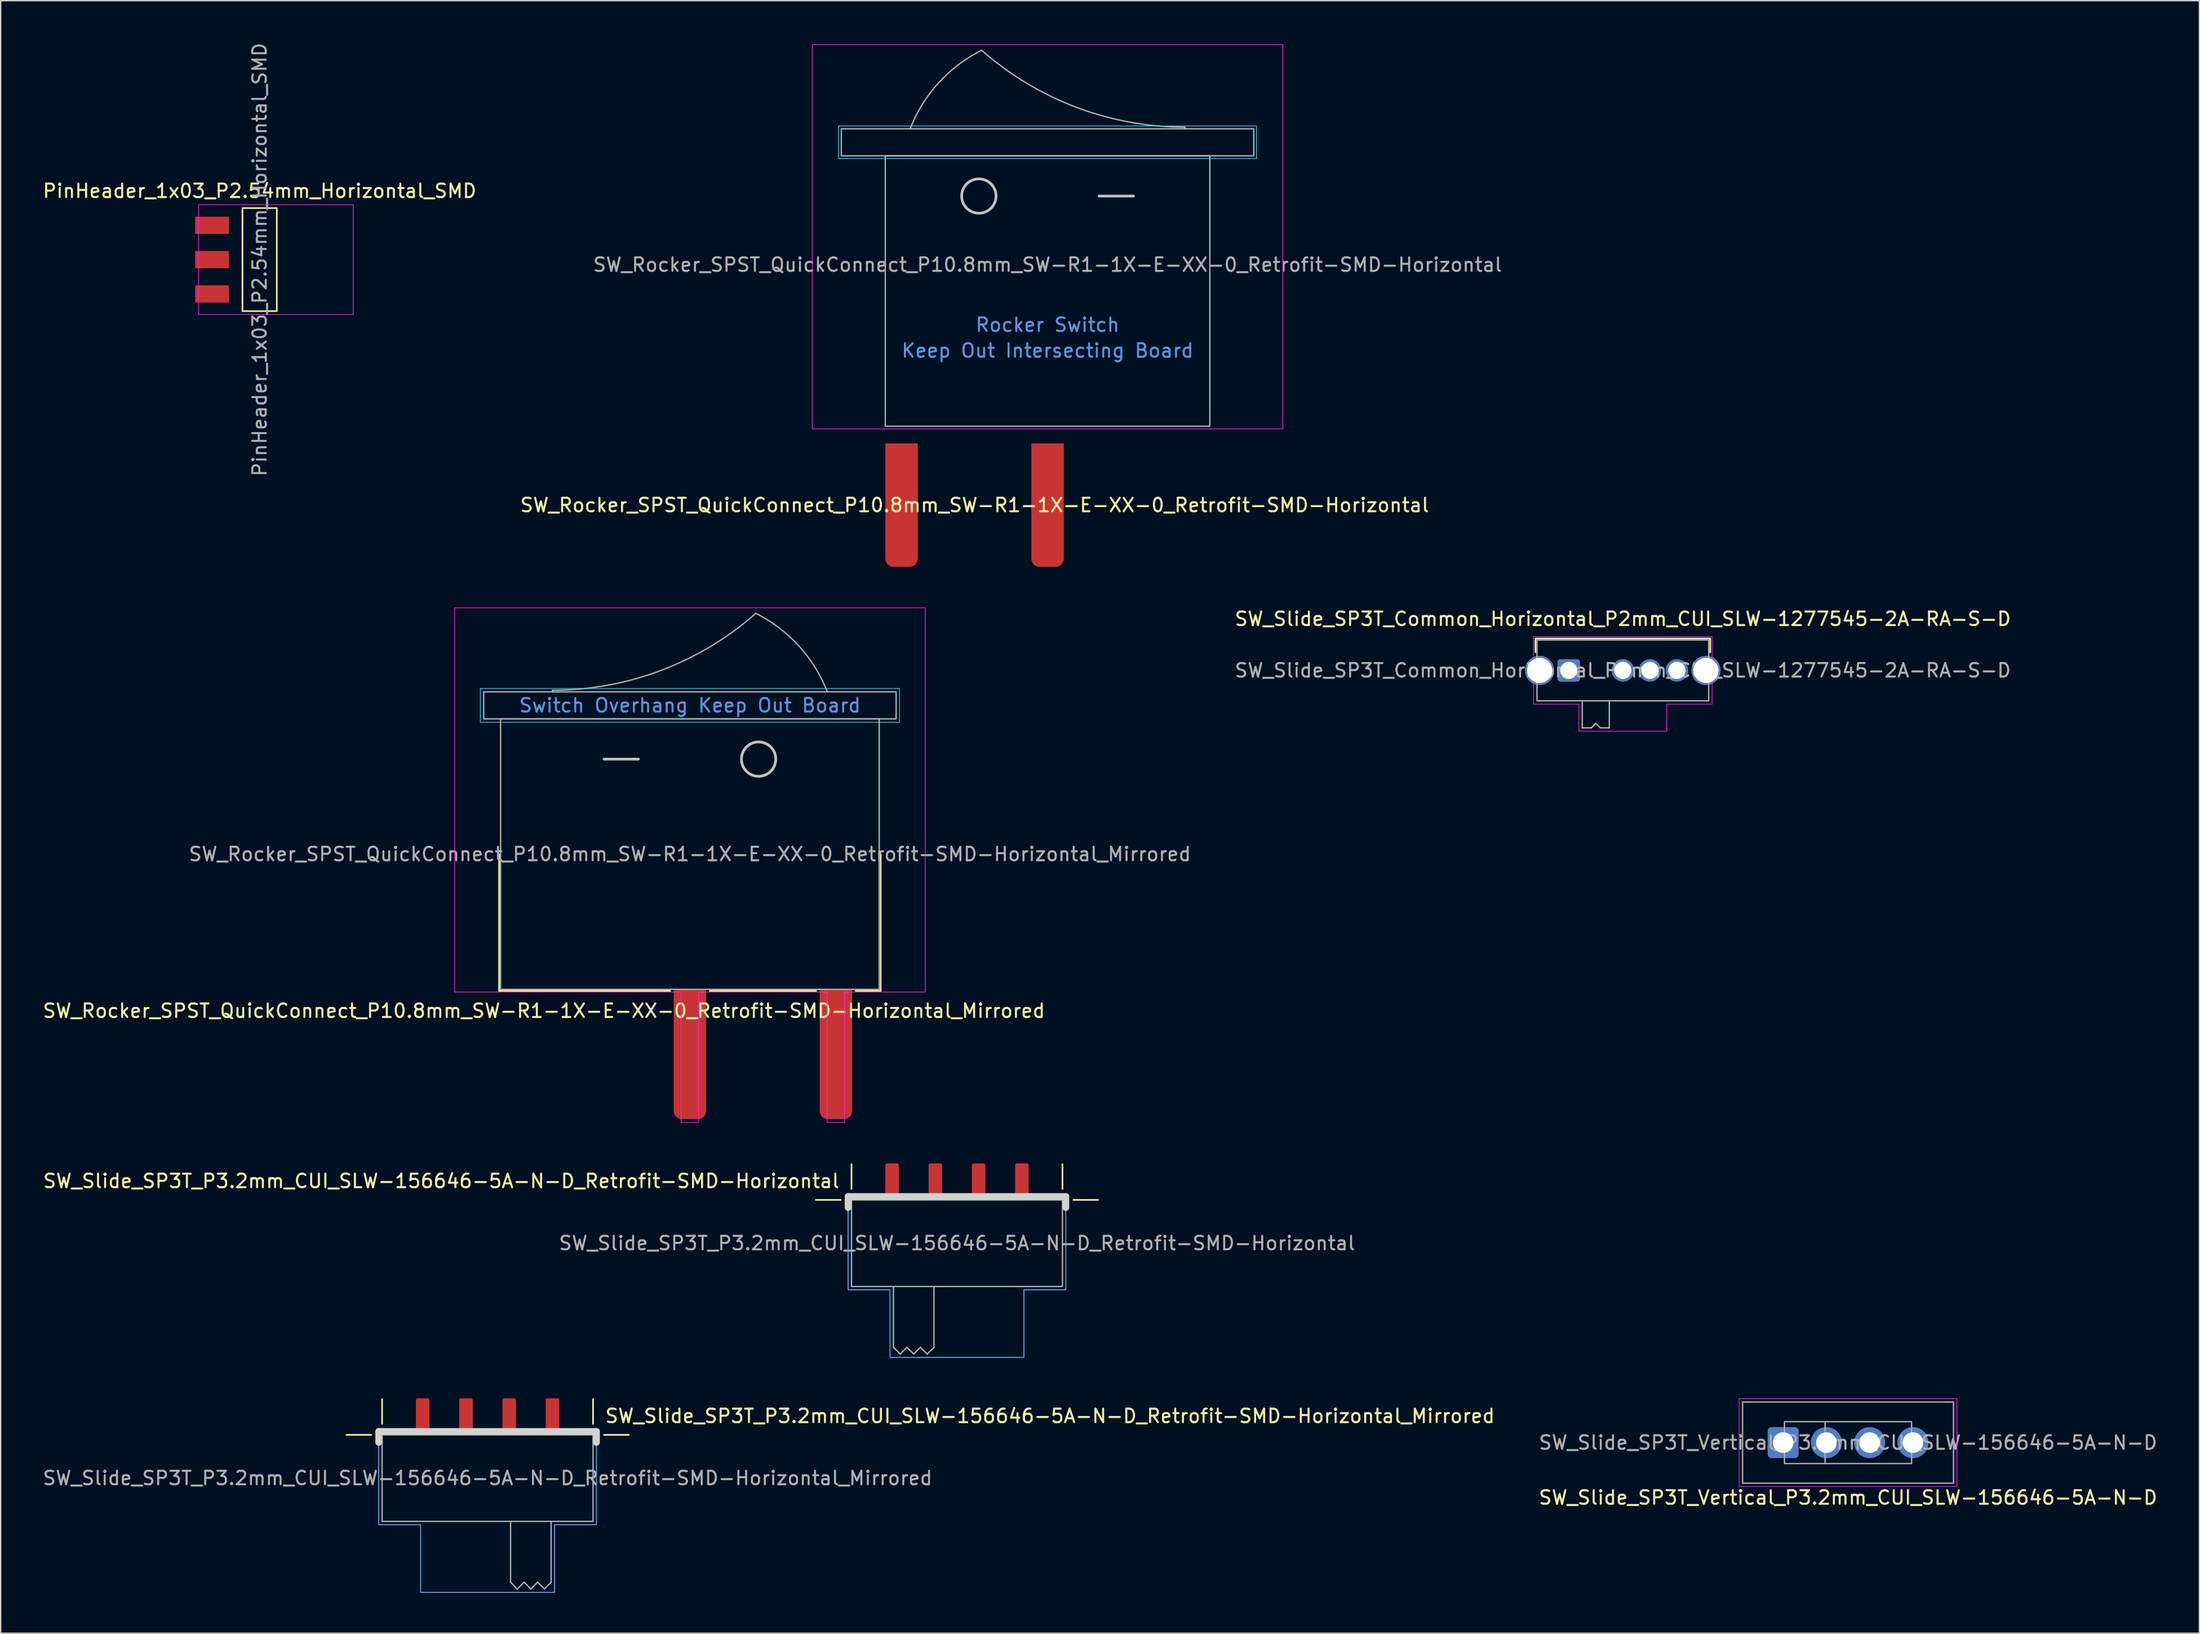
<source format=kicad_pcb>
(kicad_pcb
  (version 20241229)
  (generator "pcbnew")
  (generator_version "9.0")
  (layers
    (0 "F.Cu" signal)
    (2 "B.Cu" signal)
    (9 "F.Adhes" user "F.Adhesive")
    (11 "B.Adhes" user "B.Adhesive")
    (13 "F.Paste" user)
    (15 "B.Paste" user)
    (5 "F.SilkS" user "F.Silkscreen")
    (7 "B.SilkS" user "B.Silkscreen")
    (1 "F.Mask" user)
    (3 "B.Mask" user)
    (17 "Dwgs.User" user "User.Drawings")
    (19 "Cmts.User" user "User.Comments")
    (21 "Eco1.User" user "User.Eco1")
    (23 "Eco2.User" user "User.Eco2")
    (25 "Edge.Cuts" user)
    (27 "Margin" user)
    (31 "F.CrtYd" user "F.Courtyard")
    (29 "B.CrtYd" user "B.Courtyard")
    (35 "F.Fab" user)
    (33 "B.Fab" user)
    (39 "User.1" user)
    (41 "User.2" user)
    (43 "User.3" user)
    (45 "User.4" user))
  (footprint "SW_Slide_SP3T_Vertical_P3.2mm_CUI_SLW-156646-5A-N-D"
    (layer "F.Cu")
    (at 133.61 103.644)
    (property "Reference" "SW_Slide_SP3T_Vertical_P3.2mm_CUI_SLW-156646-5A-N-D" (at 0 4.064 0) (unlocked yes) (layer "F.SilkS") (effects (font (size 1 1) (thickness 0.15))))
    (attr through_hole)
    (fp_rect (start -8.05 -3.25) (end 8.05 3.25) (stroke (width 0.05) (type default)) (fill no) (layer "F.CrtYd"))
    (fp_line (start -1.7 -1.55) (end -1.7 1.55) (stroke (width 0.1) (type default)) (layer "F.Fab"))
    (fp_rect (start -7.8 -3) (end 7.8 3) (stroke (width 0.1) (type default)) (fill no) (layer "F.Fab"))
    (fp_rect (start -4.7 -1.55) (end 4.7 1.55) (stroke (width 0.1) (type default)) (fill no) (layer "F.Fab"))
    (fp_text user "${REFERENCE}" (at 0 0 0) (unlocked yes) (layer "F.Fab") (effects (font (size 1 1) (thickness 0.15))))
    (pad "1" thru_hole roundrect (at -4.8 0) (size 2.286 2.286) (drill 1.524) (layers "*.Cu" "*.Mask") (roundrect_rratio 0.125))
    (pad "2" thru_hole circle (at -1.6 0) (size 2.286 2.286) (drill 1.524) (layers "*.Cu" "*.Mask"))
    (pad "3" thru_hole circle (at 1.6 0) (size 2.286 2.286) (drill 1.524) (layers "*.Cu" "*.Mask"))
    (pad "4" thru_hole circle (at 4.8 0) (size 2.286 2.286) (drill 1.524) (layers "*.Cu" "*.Mask")))
  (footprint "SW_Slide_SP3T_P3.2mm_CUI_SLW-156646-5A-N-D_Retrofit-SMD-Horizontal"
    (layer "F.Cu")
    (at 67.717 92.094)
    (property "Reference" "SW_Slide_SP3T_P3.2mm_CUI_SLW-156646-5A-N-D_Retrofit-SMD-Horizontal" (at -8.61 -7.21 0) (unlocked yes) (layer "F.SilkS") (effects (font (size 1 1) (thickness 0.15)) (justify right bottom)))
    (attr exclude_from_pos_files)
    (fp_line (start -8.61 -6.4) (end -10.44 -6.4) (stroke (width 0.12) (type default)) (layer "F.SilkS"))
    (fp_line (start -7.8 -7.21) (end -7.8 -9.04) (stroke (width 0.12) (type default)) (layer "F.SilkS"))
    (fp_line (start 7.8 -7.21) (end 7.8 -9.04) (stroke (width 0.12) (type default)) (layer "F.SilkS"))
    (fp_line (start 10.44 -6.4) (end 8.61 -6.4) (stroke (width 0.12) (type default)) (layer "F.SilkS"))
    (fp_line (start -8.05 -6.65) (end -8.05 -5.84) (stroke (width 0.5) (type default)) (layer "Edge.Cuts"))
    (fp_line (start -8.05 -6.65) (end 8.05 -6.65) (stroke (width 0.5) (type default)) (layer "Edge.Cuts"))
    (fp_line (start 8.05 -6.65) (end 8.05 -5.84) (stroke (width 0.5) (type default)) (layer "Edge.Cuts"))
    (fp_poly (pts (xy -8.05 -6.65) (xy 8.05 -6.65) (xy 8.05 0.25) (xy 4.95 0.25) (xy 4.95 5.25) (xy -4.95 5.25) (xy -4.95 0.25) (xy -8.05 0.25)) (stroke (width 0.05) (type solid)) (fill no) (layer "B.CrtYd"))
    (fp_poly (pts (xy -8.05 -6.65) (xy 8.05 -6.65) (xy 8.05 0.25) (xy 4.95 0.25) (xy 4.95 5.25) (xy -4.95 5.25) (xy -4.95 0.25) (xy -8.05 0.25)) (stroke (width 0.05) (type solid)) (fill no) (layer "F.CrtYd"))
    (fp_line (start -4.7 4.5) (end -4.7 0) (stroke (width 0.1) (type default)) (layer "F.Fab"))
    (fp_line (start -4.2 5) (end -4.7 4.5) (stroke (width 0.1) (type default)) (layer "F.Fab"))
    (fp_line (start -3.7 4.5) (end -4.2 5) (stroke (width 0.1) (type default)) (layer "F.Fab"))
    (fp_line (start -3.2 5) (end -3.7 4.5) (stroke (width 0.1) (type default)) (layer "F.Fab"))
    (fp_line (start -2.7 4.5) (end -3.2 5) (stroke (width 0.1) (type default)) (layer "F.Fab"))
    (fp_line (start -2.2 5) (end -2.7 4.5) (stroke (width 0.1) (type default)) (layer "F.Fab"))
    (fp_line (start -1.7 0) (end -1.7 4.5) (stroke (width 0.1) (type default)) (layer "F.Fab"))
    (fp_line (start -1.7 4.5) (end -2.2 5) (stroke (width 0.1) (type default)) (layer "F.Fab"))
    (fp_rect (start -7.8 -6.4) (end 7.8 0) (stroke (width 0.1) (type default)) (fill no) (layer "F.Fab"))
    (fp_text user "${REFERENCE}" (at 0 -3.2 0) (unlocked yes) (layer "F.Fab") (effects (font (size 1 1) (thickness 0.15))))
    (pad "1" connect roundrect (at -4.8 -7.875) (size 1 2.45) (layers "F.Cu" "F.Mask") (roundrect_rratio 0.125) (chamfer_ratio 0) (chamfer bottom_left bottom_right))
    (pad "2" connect roundrect (at -1.6 -7.875) (size 1 2.45) (layers "F.Cu" "F.Mask") (roundrect_rratio 0.125) (chamfer_ratio 0) (chamfer bottom_left bottom_right))
    (pad "3" connect roundrect (at 1.6 -7.875) (size 1 2.45) (layers "F.Cu" "F.Mask") (roundrect_rratio 0.125) (chamfer_ratio 0) (chamfer bottom_left bottom_right))
    (pad "4" connect roundrect (at 4.8 -7.875) (size 1 2.45) (layers "F.Cu" "F.Mask") (roundrect_rratio 0.125) (chamfer_ratio 0) (chamfer bottom_left bottom_right)))
  (footprint "SW_Slide_SP3T_Common_Horizontal_P2mm_CUI_SLW-1277545-2A-RA-S-D"
    (layer "F.Cu")
    (at 112.956 46.532)
    (property "Reference" "SW_Slide_SP3T_Common_Horizontal_P2mm_CUI_SLW-1277545-2A-RA-S-D" (at 4 -3.81 0) (unlocked yes) (layer "F.SilkS") (effects (font (size 1 1) (thickness 0.15))))
    (attr through_hole)
    (fp_line (start -2.46 -2.36) (end -2.46 -1.337) (stroke (width 0.12) (type default)) (layer "F.SilkS"))
    (fp_line (start -2.46 -2.36) (end 10.46 -2.36) (stroke (width 0.12) (type default)) (layer "F.SilkS"))
    (fp_line (start 10.46 -2.36) (end 10.46 -1.337) (stroke (width 0.12) (type default)) (layer "F.SilkS"))
    (fp_poly (pts (xy -2.6 -2.5) (xy 10.6 -2.5) (xy 10.6 2.5) (xy 7.25 2.5) (xy 7.25 4.5) (xy 0.75 4.5) (xy 0.75 2.5) (xy -2.6 2.5)) (stroke (width 0.05) (type solid)) (fill no) (layer "F.CrtYd"))
    (fp_line (start 1 4.25) (end 1 2.25) (stroke (width 0.1) (type default)) (layer "F.Fab"))
    (fp_line (start 1.667 4.25) (end 1 4.25) (stroke (width 0.1) (type default)) (layer "F.Fab"))
    (fp_line (start 1.667 4.25) (end 2 3.917) (stroke (width 0.1) (type default)) (layer "F.Fab"))
    (fp_line (start 2 3.917) (end 2.333 4.25) (stroke (width 0.1) (type default)) (layer "F.Fab"))
    (fp_line (start 3 2.25) (end 3 4.25) (stroke (width 0.1) (type default)) (layer "F.Fab"))
    (fp_line (start 3 4.25) (end 2.333 4.25) (stroke (width 0.1) (type default)) (layer "F.Fab"))
    (fp_rect (start -2.35 -2.25) (end 10.35 2.25) (stroke (width 0.1) (type default)) (fill no) (layer "F.Fab"))
    (fp_text user "${REFERENCE}" (at 4 0 0) (unlocked yes) (layer "F.Fab") (effects (font (size 1 1) (thickness 0.15))))
    (pad "" thru_hole circle (at -2.15 0) (size 2.155 2.155) (drill 1.855) (layers "*.Cu" "*.Mask"))
    (pad "" thru_hole circle (at 10.15 0) (size 2.155 2.155) (drill 1.855) (layers "*.Cu" "*.Mask"))
    (pad "1" thru_hole roundrect (at 0 0) (size 1.651 1.651) (drill 1.27) (layers "*.Cu" "*.Mask") (roundrect_rratio 0.125))
    (pad "2" thru_hole circle (at 4 0) (size 1.651 1.651) (drill 1.27) (layers "*.Cu" "*.Mask"))
    (pad "3" thru_hole circle (at 6 0) (size 1.651 1.651) (drill 1.27) (layers "*.Cu" "*.Mask"))
    (pad "4" thru_hole circle (at 8 0) (size 1.651 1.651) (drill 1.27) (layers "*.Cu" "*.Mask")))
  (footprint "SW_Rocker_SPST_QuickConnect_P10.8mm_SW-R1-1X-E-XX-0_Retrofit-SMD-Horizontal_Mirrored"
    (layer "F.Cu")
    (at 47.968 50.119)
    (property "Reference" "SW_Rocker_SPST_QuickConnect_P10.8mm_SW-R1-1X-E-XX-0_Retrofit-SMD-Horizontal_Mirrored" (at -10.795 21.59 0) (unlocked yes) (layer "F.SilkS") (effects (font (size 1 1) (thickness 0.15))))
    (attr exclude_from_pos_files)
    (fp_line (start -14.11 10) (end -14.11 20.11) (stroke (width 0.12) (type default)) (layer "F.SilkS"))
    (fp_line (start -1.46 20.11) (end -14.11 20.11) (stroke (width 0.12) (type default)) (layer "F.SilkS"))
    (fp_line (start 9.335 20.11) (end 1.46 20.11) (stroke (width 0.12) (type default)) (layer "F.SilkS"))
    (fp_line (start 14.11 10) (end 14.11 20.11) (stroke (width 0.12) (type default)) (layer "F.SilkS"))
    (fp_line (start 14.11 20.11) (end 12.255 20.11) (stroke (width 0.12) (type default)) (layer "F.SilkS"))
    (fp_line (start -6.35 2.975) (end -3.81 2.975) (stroke (width 0.2) (type default)) (layer "Dwgs.User"))
    (fp_circle (center 5.08 2.975) (end 3.81 2.975) (stroke (width 0.2) (type default)) (fill no) (layer "Dwgs.User"))
    (fp_rect (start 15.5 -2.25) (end -15.5 0.25) (stroke (width 0.05) (type default)) (fill no) (layer "B.CrtYd"))
    (fp_poly (pts (xy 17.399 -8.22) (xy -17.399 -8.22) (xy -17.399 20.2) (xy -0.65 20.2) (xy -0.65 29.85) (xy 0.65 29.85) (xy 0.65 20.2) (xy 10.145 20.2) (xy 10.145 29.85) (xy 11.445 29.85) (xy 11.445 20.2) (xy 17.399 20.2)) (stroke (width 0.05) (type solid)) (fill no) (layer "F.CrtYd"))
    (fp_line (start -10.16 -2.12) (end -10.16 -2) (stroke (width 0.1) (type default)) (layer "F.Fab"))
    (fp_rect (start 14 0) (end -14 20) (stroke (width 0.1) (type default)) (fill no) (layer "F.Fab"))
    (fp_rect (start 15.25 -2) (end -15.25 0) (stroke (width 0.1) (type default)) (fill no) (layer "F.Fab"))
    (fp_arc (start 4.87338 -7.80676) (mid 8.05793 -5.396139) (end 10.159998 -2) (stroke (width 0.1) (type default)) (layer "F.Fab"))
    (fp_arc (start 4.873381 -7.806759) (mid -2.124105 -3.590774) (end -10.16 -2.119809) (stroke (width 0.1) (type default)) (layer "F.Fab"))
    (fp_text user "Switch Overhang Keep Out Board" (at 0 -1 0) (unlocked yes) (layer "Cmts.User") (effects (font (size 1 1) (thickness 0.15))))
    (fp_text user "${REFERENCE}" (at 0 10 0) (unlocked yes) (layer "F.Fab") (effects (font (size 1 1) (thickness 0.15))))
    (pad "1" connect roundrect (at 10.795 20) (size 2.4 9.6) (drill (offset 0 4.8)) (layers "F.Cu" "F.Mask") (roundrect_rratio 0.25) (chamfer_ratio 0) (chamfer top_left top_right))
    (pad "2" connect roundrect (at 0 20) (size 2.4 9.6) (drill (offset 0 4.8)) (layers "F.Cu" "F.Mask") (roundrect_rratio 0.25) (chamfer_ratio 0) (chamfer top_left top_right))
    (zone (net_name "") (layer "Edge.Cuts") (name "Switch Overhang Keep Out Board") (hatch edge 0.5) (connect_pads) (min_thickness 0.25) (filled_areas_thickness no) (keepout (tracks not_allowed) (vias not_allowed) (pads not_allowed) (copperpour not_allowed) (footprints not_allowed)) (placement (enabled no)) (fill) (polygon (pts (xy 63.661 50.563) (xy 32.274 50.563) (xy 32.274 47.675) (xy 63.661 47.675)))))
  (footprint "SW_Slide_SP3T_P3.2mm_CUI_SLW-156646-5A-N-D_Retrofit-SMD-Horizontal_Mirrored"
    (layer "F.Cu")
    (at 33.006 109.469)
    (property "Reference" "SW_Slide_SP3T_P3.2mm_CUI_SLW-156646-5A-N-D_Retrofit-SMD-Horizontal_Mirrored" (at 8.61 -7.21 0) (unlocked yes) (layer "F.SilkS") (effects (font (size 1 1) (thickness 0.15)) (justify left bottom)))
    (attr exclude_from_pos_files)
    (fp_line (start -10.44 -6.4) (end -8.61 -6.4) (stroke (width 0.12) (type default)) (layer "F.SilkS"))
    (fp_line (start -7.8 -7.21) (end -7.8 -9.04) (stroke (width 0.12) (type default)) (layer "F.SilkS"))
    (fp_line (start 7.8 -7.21) (end 7.8 -9.04) (stroke (width 0.12) (type default)) (layer "F.SilkS"))
    (fp_line (start 8.61 -6.4) (end 10.44 -6.4) (stroke (width 0.12) (type default)) (layer "F.SilkS"))
    (fp_line (start -8.05 -6.65) (end -8.05 -5.84) (stroke (width 0.5) (type default)) (layer "Edge.Cuts"))
    (fp_line (start 8.05 -6.65) (end -8.05 -6.65) (stroke (width 0.5) (type default)) (layer "Edge.Cuts"))
    (fp_line (start 8.05 -6.65) (end 8.05 -5.84) (stroke (width 0.5) (type default)) (layer "Edge.Cuts"))
    (fp_poly (pts (xy 8.05 -6.65) (xy -8.05 -6.65) (xy -8.05 0.25) (xy -4.95 0.25) (xy -4.95 5.25) (xy 4.95 5.25) (xy 4.95 0.25) (xy 8.05 0.25)) (stroke (width 0.05) (type solid)) (fill no) (layer "B.CrtYd"))
    (fp_poly (pts (xy 8.05 -6.65) (xy -8.05 -6.65) (xy -8.05 0.25) (xy -4.95 0.25) (xy -4.95 5.25) (xy 4.95 5.25) (xy 4.95 0.25) (xy 8.05 0.25)) (stroke (width 0.05) (type solid)) (fill no) (layer "F.CrtYd"))
    (fp_line (start 1.7 0) (end 1.7 4.5) (stroke (width 0.1) (type default)) (layer "F.Fab"))
    (fp_line (start 1.7 4.5) (end 2.2 5) (stroke (width 0.1) (type default)) (layer "F.Fab"))
    (fp_line (start 2.2 5) (end 2.7 4.5) (stroke (width 0.1) (type default)) (layer "F.Fab"))
    (fp_line (start 2.7 4.5) (end 3.2 5) (stroke (width 0.1) (type default)) (layer "F.Fab"))
    (fp_line (start 3.2 5) (end 3.7 4.5) (stroke (width 0.1) (type default)) (layer "F.Fab"))
    (fp_line (start 3.7 4.5) (end 4.2 5) (stroke (width 0.1) (type default)) (layer "F.Fab"))
    (fp_line (start 4.2 5) (end 4.7 4.5) (stroke (width 0.1) (type default)) (layer "F.Fab"))
    (fp_line (start 4.7 4.5) (end 4.7 0) (stroke (width 0.1) (type default)) (layer "F.Fab"))
    (fp_rect (start 7.8 -6.4) (end -7.8 0) (stroke (width 0.1) (type default)) (fill no) (layer "F.Fab"))
    (fp_text user "${REFERENCE}" (at 0 -3.2 0) (unlocked yes) (layer "F.Fab") (effects (font (size 1 1) (thickness 0.15))))
    (pad "1" smd roundrect (at 4.8 -6.4) (size 1 2.45) (drill (offset 0 -1.475)) (layers "F.Cu" "F.Mask") (roundrect_rratio 0.125) (chamfer_ratio 0) (chamfer bottom_left bottom_right))
    (pad "2" smd roundrect (at 1.6 -6.4) (size 1 2.45) (drill (offset 0 -1.475)) (layers "F.Cu" "F.Mask") (roundrect_rratio 0.125) (chamfer_ratio 0) (chamfer bottom_left bottom_right))
    (pad "3" smd roundrect (at -1.6 -6.4) (size 1 2.45) (drill (offset 0 -1.475)) (layers "F.Cu" "F.Mask") (roundrect_rratio 0.125) (chamfer_ratio 0) (chamfer bottom_left bottom_right))
    (pad "4" smd roundrect (at -4.8 -6.4) (size 1 2.45) (drill (offset 0 -1.475)) (layers "F.Cu" "F.Mask") (roundrect_rratio 0.125) (chamfer_ratio 0) (chamfer bottom_left bottom_right)))
  (footprint "PinHeader_1x03_P2.54mm_Horizontal_SMD"
    (layer "F.Cu")
    (at 16.149 16.149)
    (property "Reference" "PinHeader_1x03_P2.54mm_Horizontal_SMD" (at 0 -5.08 0) (unlocked yes) (layer "F.SilkS") (effects (font (size 1 1) (thickness 0.15))))
    (attr smd)
    (fp_rect (start -1.27 -3.81) (end 1.27 3.81) (stroke (width 0.12) (type default)) (fill no) (layer "F.SilkS"))
    (fp_rect (start -4.52 -4.06) (end 6.92 4.06) (stroke (width 0.05) (type default)) (fill no) (layer "F.CrtYd"))
    (fp_text user "${REFERENCE}" (at 0 0 90) (unlocked yes) (layer "F.Fab") (effects (font (size 1 1) (thickness 0.15))))
    (pad "1" smd rect (at -3.52 -2.54) (size 2.5 1.27) (layers "F.Cu" "F.Mask" "F.Paste"))
    (pad "2" smd rect (at -3.52 0) (size 2.5 1.27) (layers "F.Cu" "F.Mask" "F.Paste"))
    (pad "3" smd rect (at -3.52 2.54) (size 2.5 1.27) (layers "F.Cu" "F.Mask" "F.Paste")))
  (footprint "SW_Rocker_SPST_QuickConnect_P10.8mm_SW-R1-1X-E-XX-0_Retrofit-SMD-Horizontal"
    (layer "F.Cu")
    (at 74.415 34.309)
    (property "Reference" "SW_Rocker_SPST_QuickConnect_P10.8mm_SW-R1-1X-E-XX-0_Retrofit-SMD-Horizontal" (at -5.397 0 0) (unlocked yes) (layer "F.SilkS") (effects (font (size 1 1) (thickness 0.15))))
    (attr exclude_from_pos_files)
    (fp_line (start 6.35 -22.86) (end 3.81 -22.86) (stroke (width 0.2) (type default)) (layer "Dwgs.User"))
    (fp_circle (center -5.08 -22.86) (end -3.81 -22.86) (stroke (width 0.2) (type default)) (fill no) (layer "Dwgs.User"))
    (fp_rect (start -15.45 -28.04) (end 15.45 -25.63) (stroke (width 0.05) (type default)) (fill no) (layer "B.CrtYd"))
    (fp_rect (start -17.399 -34.055) (end 17.399 -5.635) (stroke (width 0.05) (type default)) (fill no) (layer "F.CrtYd"))
    (fp_line (start 10.16 -27.955) (end 10.16 -27.835) (stroke (width 0.1) (type default)) (layer "F.Fab"))
    (fp_rect (start -15.25 -27.835) (end 15.25 -25.835) (stroke (width 0.1) (type default)) (fill no) (layer "F.Fab"))
    (fp_rect (start -12 -25.835) (end 12 -5.835) (stroke (width 0.1) (type default)) (fill no) (layer "F.Fab"))
    (fp_arc (start -10.159998 -27.835) (mid -8.05793 -31.231139) (end -4.87338 -33.64176) (stroke (width 0.1) (type default)) (layer "F.Fab"))
    (fp_arc (start 10.16 -27.954809) (mid 2.124105 -29.425774) (end -4.873381 -33.641759) (stroke (width 0.1) (type default)) (layer "F.Fab"))
    (fp_text user "Rocker Switch" (at 0 -13.335 0) (unlocked yes) (layer "Cmts.User") (effects (font (size 1 1) (thickness 0.15))))
    (fp_text user "Keep Out Intersecting Board" (at 0 -11.43 0) (unlocked yes) (layer "Cmts.User") (effects (font (size 1 1) (thickness 0.15))))
    (fp_text user "${REFERENCE}" (at 0 -17.78 0) (unlocked yes) (layer "F.Fab") (effects (font (size 1 1) (thickness 0.15))))
    (pad "1" smd roundrect (at -10.795 0) (size 2.4 9.13) (layers "F.Cu" "F.Mask") (roundrect_rratio 0.25) (chamfer_ratio 0) (chamfer top_left top_right))
    (pad "2" smd roundrect (at 0 0) (size 2.4 9.13) (layers "F.Cu" "F.Mask") (roundrect_rratio 0.25) (chamfer_ratio 0) (chamfer top_left top_right))
    (zone (net_name "") (layer "Edge.Cuts") (name "Rocker Switch Keep Out") (hatch edge 0.25) (connect_pads) (min_thickness 0.25) (filled_areas_thickness no) (keepout (tracks not_allowed) (vias not_allowed) (pads not_allowed) (copperpour not_allowed) (footprints not_allowed)) (placement (enabled no)) (fill) (polygon (pts (xy 56.762 29.744) (xy 92.068 29.744) (xy 92.068 0) (xy 56.762 0)))))
  (gr_rect
    (start -3 -3)
    (end 159.592 117.744)
    (stroke (width 0.1) (type default))
    (fill no)
    (layer "Edge.Cuts")))
</source>
